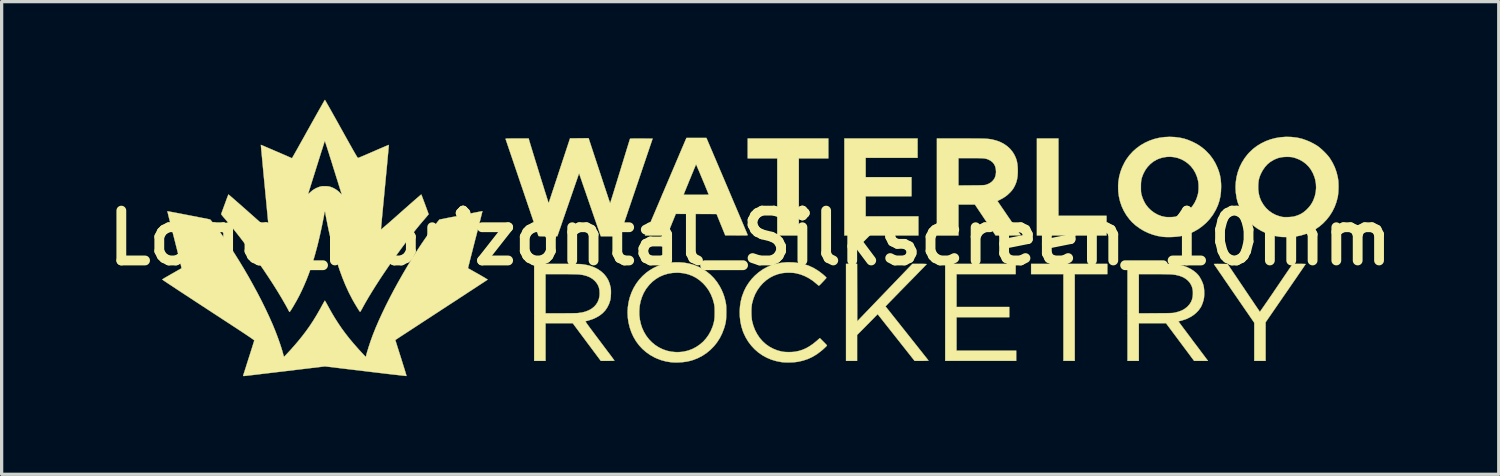
<source format=kicad_pcb>
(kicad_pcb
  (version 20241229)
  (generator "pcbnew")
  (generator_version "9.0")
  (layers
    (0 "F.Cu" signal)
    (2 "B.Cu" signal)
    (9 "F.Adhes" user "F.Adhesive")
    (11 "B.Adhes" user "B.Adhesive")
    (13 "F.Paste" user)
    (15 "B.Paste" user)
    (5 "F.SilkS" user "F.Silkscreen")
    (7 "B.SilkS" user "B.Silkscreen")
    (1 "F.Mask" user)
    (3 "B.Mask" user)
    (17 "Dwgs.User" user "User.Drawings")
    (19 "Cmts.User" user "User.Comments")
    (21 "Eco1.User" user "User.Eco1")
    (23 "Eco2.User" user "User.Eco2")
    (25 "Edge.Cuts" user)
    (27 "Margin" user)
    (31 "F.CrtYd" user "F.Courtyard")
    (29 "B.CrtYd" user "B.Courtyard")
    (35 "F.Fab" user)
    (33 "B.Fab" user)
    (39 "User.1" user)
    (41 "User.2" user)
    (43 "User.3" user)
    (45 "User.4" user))
  (footprint "Logo_Horizontal_Silkscreen_10mm"
    (layer "F.Cu")
    (at 19.892 4.226)
    (property "Reference" "Logo_Horizontal_Silkscreen_10mm" (at 0 0 0) (layer "F.SilkS") (effects (font (size 1.524 1.524) (thickness 0.3))))
    (attr through_hole)
    (fp_poly (pts (xy 9.427 -0.676) (xy 10.897 -0.676) (xy 10.897 -0.076) (xy 8.768 -0.076) (xy 8.768 -3.041) (xy 9.427 -3.041) (xy 9.427 -0.676)) (stroke (width 0.01) (type solid)) (fill yes) (layer "F.SilkS"))
    (fp_poly (pts (xy 2.39 -2.433) (xy 1.487 -2.433) (xy 1.487 -0.076) (xy 0.828 -0.076) (xy 0.828 -2.433) (xy -0.076 -2.433) (xy -0.076 -3.041) (xy 2.39 -3.041) (xy 2.39 -2.433)) (stroke (width 0.01) (type solid)) (fill yes) (layer "F.SilkS"))
    (fp_poly (pts (xy 10.922 1.107) (xy 9.925 1.107) (xy 9.925 3.759) (xy 9.579 3.759) (xy 9.579 1.107) (xy 8.591 1.107) (xy 8.591 0.794) (xy 10.922 0.794) (xy 10.922 1.107)) (stroke (width 0.01) (type solid)) (fill yes) (layer "F.SilkS"))
    (fp_poly (pts (xy 5.119 -2.45) (xy 3.531 -2.45) (xy 3.531 -1.858) (xy 4.933 -1.858) (xy 4.933 -1.275) (xy 3.531 -1.275) (xy 3.531 -0.659) (xy 5.144 -0.659) (xy 5.144 -0.076) (xy 2.88 -0.076) (xy 2.88 -3.041) (xy 5.119 -3.041) (xy 5.119 -2.45)) (stroke (width 0.01) (type solid)) (fill yes) (layer "F.SilkS"))
    (fp_poly (pts (xy 8.118 1.107) (xy 6.31 1.107) (xy 6.31 2.112) (xy 7.923 2.112) (xy 7.923 2.424) (xy 6.31 2.424) (xy 6.31 3.446) (xy 8.134 3.446) (xy 8.134 3.759) (xy 5.964 3.759) (xy 5.964 0.794) (xy 8.118 0.794) (xy 8.118 1.107)) (stroke (width 0.01) (type solid)) (fill yes) (layer "F.SilkS"))
    (fp_poly (pts (xy 3.273 2.55) (xy 4.961 0.794) (xy 5.18 0.794) (xy 5.245 0.794) (xy 5.3 0.795) (xy 5.345 0.796) (xy 5.376 0.798) (xy 5.393 0.8) (xy 5.396 0.802) (xy 5.39 0.809) (xy 5.373 0.827) (xy 5.345 0.856) (xy 5.309 0.894) (xy 5.263 0.941) (xy 5.21 0.995) (xy 5.15 1.057) (xy 5.084 1.125) (xy 5.012 1.198) (xy 4.937 1.275) (xy 4.857 1.356) (xy 4.831 1.383) (xy 4.749 1.466) (xy 4.669 1.548) (xy 4.592 1.626) (xy 4.52 1.701) (xy 4.452 1.77) (xy 4.391 1.833) (xy 4.336 1.889) (xy 4.289 1.937) (xy 4.251 1.976) (xy 4.223 2.005) (xy 4.206 2.023) (xy 4.204 2.025) (xy 4.138 2.094) (xy 4.792 2.917) (xy 4.874 3.02) (xy 4.953 3.12) (xy 5.029 3.215) (xy 5.101 3.306) (xy 5.167 3.39) (xy 5.229 3.467) (xy 5.284 3.537) (xy 5.332 3.598) (xy 5.374 3.65) (xy 5.407 3.692) (xy 5.431 3.723) (xy 5.447 3.743) (xy 5.452 3.75) (xy 5.448 3.753) (xy 5.433 3.755) (xy 5.404 3.757) (xy 5.361 3.758) (xy 5.303 3.759) (xy 5.243 3.759) (xy 5.028 3.759) (xy 4.463 3.045) (xy 3.898 2.331) (xy 3.584 2.65) (xy 3.269 2.968) (xy 3.269 3.759) (xy 2.931 3.759) (xy 2.931 0.794) (xy 3.269 0.794) (xy 3.273 2.55)) (stroke (width 0.01) (type solid)) (fill yes) (layer "F.SilkS"))
    (fp_poly (pts (xy 16.845 0.794) (xy 16.894 0.795) (xy 16.936 0.796) (xy 16.966 0.797) (xy 16.984 0.798) (xy 16.987 0.799) (xy 16.982 0.806) (xy 16.968 0.827) (xy 16.946 0.859) (xy 16.916 0.904) (xy 16.879 0.958) (xy 16.835 1.023) (xy 16.784 1.096) (xy 16.728 1.178) (xy 16.667 1.267) (xy 16.602 1.362) (xy 16.532 1.463) (xy 16.46 1.568) (xy 16.384 1.678) (xy 16.374 1.692) (xy 15.762 2.58) (xy 15.762 3.759) (xy 15.416 3.759) (xy 15.416 2.595) (xy 14.799 1.698) (xy 14.723 1.588) (xy 14.65 1.481) (xy 14.58 1.379) (xy 14.513 1.283) (xy 14.452 1.192) (xy 14.395 1.109) (xy 14.343 1.034) (xy 14.298 0.968) (xy 14.259 0.912) (xy 14.228 0.866) (xy 14.204 0.831) (xy 14.189 0.808) (xy 14.183 0.798) (xy 14.182 0.798) (xy 14.191 0.797) (xy 14.213 0.796) (xy 14.248 0.796) (xy 14.293 0.795) (xy 14.346 0.796) (xy 14.391 0.796) (xy 14.599 0.798) (xy 15.09 1.526) (xy 15.157 1.626) (xy 15.222 1.722) (xy 15.283 1.813) (xy 15.341 1.898) (xy 15.394 1.977) (xy 15.442 2.048) (xy 15.484 2.11) (xy 15.52 2.163) (xy 15.549 2.205) (xy 15.57 2.236) (xy 15.582 2.254) (xy 15.586 2.26) (xy 15.592 2.254) (xy 15.606 2.234) (xy 15.628 2.203) (xy 15.658 2.16) (xy 15.695 2.107) (xy 15.738 2.045) (xy 15.787 1.974) (xy 15.842 1.895) (xy 15.9 1.809) (xy 15.963 1.718) (xy 16.028 1.622) (xy 16.091 1.529) (xy 16.591 0.794) (xy 16.789 0.794) (xy 16.845 0.794)) (stroke (width 0.01) (type solid)) (fill yes) (layer "F.SilkS"))
    (fp_poly (pts (xy -5.787 0.794) (xy -5.663 0.794) (xy -5.551 0.795) (xy -5.451 0.796) (xy -5.363 0.797) (xy -5.29 0.798) (xy -5.23 0.799) (xy -5.186 0.801) (xy -5.158 0.803) (xy -5.154 0.803) (xy -5.012 0.825) (xy -4.881 0.859) (xy -4.761 0.904) (xy -4.653 0.959) (xy -4.557 1.026) (xy -4.473 1.102) (xy -4.402 1.189) (xy -4.344 1.285) (xy -4.301 1.39) (xy -4.271 1.505) (xy -4.265 1.537) (xy -4.26 1.587) (xy -4.258 1.647) (xy -4.259 1.713) (xy -4.263 1.779) (xy -4.268 1.84) (xy -4.277 1.891) (xy -4.281 1.911) (xy -4.319 2.023) (xy -4.37 2.125) (xy -4.433 2.217) (xy -4.51 2.299) (xy -4.6 2.37) (xy -4.704 2.432) (xy -4.821 2.484) (xy -4.952 2.527) (xy -5.028 2.546) (xy -5.032 2.547) (xy -5.034 2.55) (xy -5.035 2.554) (xy -5.033 2.561) (xy -5.027 2.571) (xy -5.018 2.586) (xy -5.005 2.606) (xy -4.987 2.632) (xy -4.963 2.665) (xy -4.933 2.706) (xy -4.897 2.756) (xy -4.853 2.814) (xy -4.801 2.884) (xy -4.741 2.964) (xy -4.672 3.056) (xy -4.606 3.144) (xy -4.539 3.233) (xy -4.476 3.317) (xy -4.416 3.397) (xy -4.36 3.472) (xy -4.309 3.539) (xy -4.264 3.599) (xy -4.226 3.65) (xy -4.195 3.692) (xy -4.172 3.722) (xy -4.158 3.742) (xy -4.153 3.748) (xy -4.154 3.751) (xy -4.162 3.754) (xy -4.18 3.756) (xy -4.208 3.758) (xy -4.249 3.758) (xy -4.303 3.759) (xy -4.357 3.759) (xy -4.568 3.759) (xy -4.997 3.185) (xy -5.425 2.61) (xy -6.259 2.61) (xy -6.259 3.759) (xy -6.606 3.759) (xy -6.606 1.107) (xy -6.259 1.107) (xy -6.259 2.306) (xy -5.805 2.306) (xy -5.716 2.306) (xy -5.629 2.305) (xy -5.546 2.305) (xy -5.47 2.304) (xy -5.402 2.302) (xy -5.344 2.301) (xy -5.299 2.3) (xy -5.268 2.298) (xy -5.261 2.297) (xy -5.14 2.28) (xy -5.03 2.251) (xy -4.931 2.211) (xy -4.845 2.162) (xy -4.771 2.102) (xy -4.71 2.033) (xy -4.662 1.955) (xy -4.628 1.869) (xy -4.608 1.775) (xy -4.604 1.694) (xy -4.609 1.599) (xy -4.627 1.515) (xy -4.659 1.438) (xy -4.704 1.368) (xy -4.756 1.309) (xy -4.827 1.249) (xy -4.911 1.199) (xy -5.007 1.161) (xy -5.115 1.133) (xy -5.237 1.116) (xy -5.251 1.115) (xy -5.281 1.114) (xy -5.325 1.112) (xy -5.382 1.111) (xy -5.449 1.109) (xy -5.526 1.108) (xy -5.608 1.107) (xy -5.695 1.107) (xy -5.785 1.107) (xy -5.809 1.107) (xy -6.259 1.107) (xy -6.606 1.107) (xy -6.606 0.794) (xy -5.921 0.794) (xy -5.787 0.794)) (stroke (width 0.01) (type solid)) (fill yes) (layer "F.SilkS"))
    (fp_poly (pts (xy 6.573 -3.041) (xy 6.696 -3.041) (xy 6.803 -3.04) (xy 6.898 -3.04) (xy 6.98 -3.039) (xy 7.051 -3.038) (xy 7.113 -3.037) (xy 7.167 -3.035) (xy 7.213 -3.033) (xy 7.253 -3.03) (xy 7.289 -3.027) (xy 7.321 -3.023) (xy 7.35 -3.019) (xy 7.379 -3.014) (xy 7.407 -3.008) (xy 7.414 -3.007) (xy 7.542 -2.973) (xy 7.661 -2.927) (xy 7.769 -2.869) (xy 7.867 -2.799) (xy 7.953 -2.719) (xy 8.026 -2.629) (xy 8.075 -2.549) (xy 8.11 -2.477) (xy 8.138 -2.406) (xy 8.158 -2.333) (xy 8.172 -2.254) (xy 8.18 -2.165) (xy 8.183 -2.105) (xy 8.183 -1.989) (xy 8.176 -1.885) (xy 8.161 -1.791) (xy 8.138 -1.705) (xy 8.106 -1.623) (xy 8.092 -1.595) (xy 8.066 -1.544) (xy 8.039 -1.501) (xy 8.01 -1.461) (xy 7.974 -1.419) (xy 7.948 -1.391) (xy 7.858 -1.306) (xy 7.758 -1.234) (xy 7.656 -1.177) (xy 7.561 -1.13) (xy 7.596 -1.078) (xy 7.607 -1.062) (xy 7.626 -1.034) (xy 7.653 -0.994) (xy 7.687 -0.944) (xy 7.727 -0.886) (xy 7.772 -0.82) (xy 7.821 -0.748) (xy 7.873 -0.671) (xy 7.928 -0.592) (xy 7.949 -0.562) (xy 8.003 -0.482) (xy 8.054 -0.407) (xy 8.102 -0.337) (xy 8.146 -0.273) (xy 8.185 -0.216) (xy 8.217 -0.168) (xy 8.243 -0.13) (xy 8.261 -0.104) (xy 8.271 -0.089) (xy 8.273 -0.087) (xy 8.271 -0.084) (xy 8.262 -0.082) (xy 8.245 -0.08) (xy 8.218 -0.079) (xy 8.18 -0.078) (xy 8.129 -0.077) (xy 8.066 -0.077) (xy 7.988 -0.076) (xy 7.894 -0.076) (xy 7.892 -0.076) (xy 7.505 -0.077) (xy 7.189 -0.549) (xy 6.872 -1.022) (xy 6.369 -1.022) (xy 6.369 -0.076) (xy 5.71 -0.076) (xy 5.71 -2.441) (xy 6.369 -2.441) (xy 6.369 -1.604) (xy 6.764 -1.607) (xy 6.858 -1.608) (xy 6.937 -1.609) (xy 7.002 -1.609) (xy 7.055 -1.611) (xy 7.098 -1.612) (xy 7.131 -1.614) (xy 7.158 -1.616) (xy 7.178 -1.618) (xy 7.194 -1.621) (xy 7.208 -1.624) (xy 7.208 -1.624) (xy 7.288 -1.654) (xy 7.354 -1.692) (xy 7.393 -1.723) (xy 7.445 -1.78) (xy 7.483 -1.844) (xy 7.506 -1.915) (xy 7.517 -1.997) (xy 7.518 -2.027) (xy 7.511 -2.114) (xy 7.491 -2.191) (xy 7.458 -2.257) (xy 7.412 -2.314) (xy 7.351 -2.361) (xy 7.304 -2.387) (xy 7.278 -2.399) (xy 7.252 -2.409) (xy 7.227 -2.417) (xy 7.198 -2.424) (xy 7.166 -2.43) (xy 7.128 -2.434) (xy 7.083 -2.437) (xy 7.029 -2.439) (xy 6.963 -2.44) (xy 6.885 -2.441) (xy 6.793 -2.441) (xy 6.74 -2.441) (xy 6.369 -2.441) (xy 5.71 -2.441) (xy 5.71 -3.041) (xy 6.436 -3.041) (xy 6.573 -3.041)) (stroke (width 0.01) (type solid)) (fill yes) (layer "F.SilkS"))
    (fp_poly (pts (xy 12.356 0.794) (xy 12.474 0.794) (xy 12.577 0.795) (xy 12.667 0.795) (xy 12.746 0.796) (xy 12.813 0.797) (xy 12.871 0.799) (xy 12.921 0.8) (xy 12.965 0.803) (xy 13.002 0.806) (xy 13.035 0.809) (xy 13.065 0.813) (xy 13.094 0.817) (xy 13.121 0.822) (xy 13.135 0.825) (xy 13.249 0.854) (xy 13.358 0.894) (xy 13.461 0.944) (xy 13.554 1.002) (xy 13.636 1.067) (xy 13.702 1.135) (xy 13.74 1.187) (xy 13.777 1.25) (xy 13.812 1.319) (xy 13.841 1.387) (xy 13.861 1.449) (xy 13.862 1.453) (xy 13.874 1.514) (xy 13.882 1.586) (xy 13.885 1.664) (xy 13.885 1.74) (xy 13.88 1.811) (xy 13.875 1.849) (xy 13.859 1.919) (xy 13.836 1.991) (xy 13.809 2.06) (xy 13.78 2.119) (xy 13.776 2.125) (xy 13.713 2.214) (xy 13.635 2.295) (xy 13.545 2.368) (xy 13.442 2.43) (xy 13.33 2.483) (xy 13.208 2.523) (xy 13.166 2.534) (xy 13.135 2.542) (xy 13.111 2.548) (xy 13.098 2.552) (xy 13.097 2.553) (xy 13.101 2.56) (xy 13.115 2.579) (xy 13.138 2.61) (xy 13.169 2.652) (xy 13.207 2.703) (xy 13.251 2.763) (xy 13.302 2.83) (xy 13.357 2.904) (xy 13.417 2.983) (xy 13.48 3.068) (xy 13.529 3.134) (xy 13.595 3.222) (xy 13.659 3.306) (xy 13.719 3.385) (xy 13.774 3.46) (xy 13.825 3.527) (xy 13.87 3.587) (xy 13.908 3.638) (xy 13.94 3.68) (xy 13.963 3.711) (xy 13.977 3.73) (xy 13.981 3.736) (xy 13.998 3.759) (xy 13.576 3.759) (xy 12.718 2.61) (xy 11.885 2.61) (xy 11.885 3.759) (xy 11.539 3.759) (xy 11.539 1.107) (xy 11.885 1.107) (xy 11.885 2.307) (xy 12.402 2.304) (xy 12.509 2.303) (xy 12.6 2.302) (xy 12.678 2.302) (xy 12.743 2.301) (xy 12.797 2.3) (xy 12.841 2.299) (xy 12.877 2.297) (xy 12.907 2.296) (xy 12.931 2.294) (xy 12.951 2.291) (xy 12.97 2.288) (xy 12.987 2.285) (xy 13.004 2.281) (xy 13.111 2.252) (xy 13.204 2.216) (xy 13.285 2.17) (xy 13.356 2.116) (xy 13.379 2.094) (xy 13.439 2.026) (xy 13.484 1.954) (xy 13.514 1.877) (xy 13.533 1.791) (xy 13.538 1.723) (xy 13.538 1.639) (xy 13.529 1.566) (xy 13.511 1.499) (xy 13.486 1.44) (xy 13.439 1.363) (xy 13.378 1.296) (xy 13.304 1.239) (xy 13.218 1.192) (xy 13.119 1.156) (xy 13.008 1.13) (xy 12.893 1.115) (xy 12.863 1.114) (xy 12.819 1.112) (xy 12.762 1.111) (xy 12.695 1.109) (xy 12.618 1.108) (xy 12.536 1.107) (xy 12.449 1.107) (xy 12.359 1.107) (xy 12.336 1.107) (xy 11.885 1.107) (xy 11.539 1.107) (xy 11.539 0.794) (xy 12.223 0.794) (xy 12.356 0.794)) (stroke (width 0.01) (type solid)) (fill yes) (layer "F.SilkS"))
    (fp_poly (pts (xy -0.71 -1.582) (xy -0.646 -1.431) (xy -0.584 -1.285) (xy -0.524 -1.143) (xy -0.466 -1.007) (xy -0.411 -0.878) (xy -0.359 -0.755) (xy -0.31 -0.641) (xy -0.265 -0.535) (xy -0.224 -0.438) (xy -0.188 -0.352) (xy -0.156 -0.276) (xy -0.129 -0.213) (xy -0.107 -0.162) (xy -0.092 -0.124) (xy -0.082 -0.1) (xy -0.078 -0.091) (xy -0.078 -0.087) (xy -0.08 -0.084) (xy -0.087 -0.082) (xy -0.1 -0.08) (xy -0.119 -0.079) (xy -0.148 -0.078) (xy -0.187 -0.077) (xy -0.237 -0.077) (xy -0.301 -0.077) (xy -0.379 -0.078) (xy -0.419 -0.078) (xy -0.763 -0.08) (xy -1.028 -0.731) (xy -1.652 -0.733) (xy -2.276 -0.735) (xy -2.364 -0.517) (xy -2.391 -0.453) (xy -2.417 -0.387) (xy -2.443 -0.323) (xy -2.467 -0.265) (xy -2.487 -0.217) (xy -2.498 -0.188) (xy -2.544 -0.076) (xy -3.218 -0.076) (xy -3.21 -0.095) (xy -3.206 -0.105) (xy -3.196 -0.129) (xy -3.18 -0.166) (xy -3.159 -0.217) (xy -3.132 -0.279) (xy -3.101 -0.352) (xy -3.066 -0.435) (xy -3.027 -0.527) (xy -2.985 -0.626) (xy -2.939 -0.733) (xy -2.891 -0.846) (xy -2.841 -0.964) (xy -2.789 -1.086) (xy -2.736 -1.211) (xy -2.689 -1.323) (xy -2.036 -1.323) (xy -2.028 -1.322) (xy -2.004 -1.321) (xy -1.967 -1.32) (xy -1.918 -1.319) (xy -1.859 -1.319) (xy -1.792 -1.318) (xy -1.718 -1.318) (xy -1.651 -1.318) (xy -1.572 -1.318) (xy -1.499 -1.318) (xy -1.433 -1.319) (xy -1.376 -1.32) (xy -1.329 -1.321) (xy -1.295 -1.322) (xy -1.274 -1.324) (xy -1.268 -1.325) (xy -1.284 -1.366) (xy -1.305 -1.416) (xy -1.329 -1.475) (xy -1.355 -1.54) (xy -1.384 -1.61) (xy -1.414 -1.683) (xy -1.446 -1.758) (xy -1.477 -1.833) (xy -1.508 -1.907) (xy -1.537 -1.977) (xy -1.565 -2.043) (xy -1.591 -2.102) (xy -1.613 -2.154) (xy -1.631 -2.196) (xy -1.645 -2.227) (xy -1.653 -2.245) (xy -1.656 -2.249) (xy -1.66 -2.241) (xy -1.67 -2.218) (xy -1.684 -2.183) (xy -1.703 -2.138) (xy -1.726 -2.083) (xy -1.751 -2.021) (xy -1.779 -1.954) (xy -1.808 -1.883) (xy -1.838 -1.81) (xy -1.869 -1.736) (xy -1.898 -1.663) (xy -1.927 -1.593) (xy -1.954 -1.528) (xy -1.978 -1.468) (xy -1.999 -1.417) (xy -2.015 -1.375) (xy -2.028 -1.344) (xy -2.034 -1.326) (xy -2.036 -1.323) (xy -2.689 -1.323) (xy -2.682 -1.339) (xy -2.627 -1.468) (xy -2.572 -1.597) (xy -2.517 -1.726) (xy -2.463 -1.853) (xy -2.41 -1.978) (xy -2.358 -2.099) (xy -2.308 -2.216) (xy -2.261 -2.328) (xy -2.216 -2.433) (xy -2.174 -2.532) (xy -2.136 -2.622) (xy -2.101 -2.703) (xy -2.071 -2.774) (xy -2.045 -2.833) (xy -2.025 -2.881) (xy -2.01 -2.917) (xy -2.005 -2.929) (xy -1.949 -3.058) (xy -1.339 -3.058) (xy -0.71 -1.582)) (stroke (width 0.01) (type solid)) (fill yes) (layer "F.SilkS"))
    (fp_poly (pts (xy 1.297 0.747) (xy 1.363 0.752) (xy 1.521 0.774) (xy 1.67 0.809) (xy 1.811 0.859) (xy 1.946 0.923) (xy 2.077 1.003) (xy 2.188 1.085) (xy 2.231 1.12) (xy 2.269 1.153) (xy 2.299 1.181) (xy 2.32 1.202) (xy 2.331 1.216) (xy 2.331 1.218) (xy 2.326 1.227) (xy 2.311 1.245) (xy 2.288 1.27) (xy 2.26 1.301) (xy 2.229 1.334) (xy 2.197 1.368) (xy 2.167 1.399) (xy 2.14 1.427) (xy 2.118 1.447) (xy 2.105 1.459) (xy 2.102 1.461) (xy 2.092 1.456) (xy 2.074 1.442) (xy 2.049 1.421) (xy 2.032 1.406) (xy 1.916 1.311) (xy 1.792 1.23) (xy 1.663 1.164) (xy 1.529 1.113) (xy 1.391 1.079) (xy 1.377 1.076) (xy 1.32 1.069) (xy 1.252 1.065) (xy 1.178 1.063) (xy 1.104 1.065) (xy 1.035 1.07) (xy 0.98 1.077) (xy 0.847 1.108) (xy 0.723 1.154) (xy 0.606 1.214) (xy 0.495 1.29) (xy 0.391 1.382) (xy 0.388 1.385) (xy 0.295 1.489) (xy 0.216 1.602) (xy 0.15 1.723) (xy 0.098 1.855) (xy 0.059 1.997) (xy 0.053 2.023) (xy 0.046 2.076) (xy 0.04 2.141) (xy 0.037 2.214) (xy 0.037 2.291) (xy 0.039 2.367) (xy 0.044 2.439) (xy 0.051 2.501) (xy 0.057 2.539) (xy 0.096 2.684) (xy 0.148 2.818) (xy 0.213 2.942) (xy 0.289 3.056) (xy 0.377 3.157) (xy 0.475 3.247) (xy 0.584 3.324) (xy 0.702 3.388) (xy 0.829 3.439) (xy 0.965 3.475) (xy 0.977 3.477) (xy 1.034 3.485) (xy 1.103 3.49) (xy 1.178 3.491) (xy 1.254 3.49) (xy 1.327 3.485) (xy 1.39 3.477) (xy 1.501 3.453) (xy 1.607 3.418) (xy 1.712 3.372) (xy 1.815 3.313) (xy 1.92 3.241) (xy 2.028 3.154) (xy 2.064 3.122) (xy 2.13 3.064) (xy 2.239 3.173) (xy 2.274 3.208) (xy 2.304 3.239) (xy 2.328 3.264) (xy 2.343 3.282) (xy 2.348 3.289) (xy 2.342 3.298) (xy 2.326 3.316) (xy 2.301 3.34) (xy 2.271 3.369) (xy 2.237 3.4) (xy 2.202 3.431) (xy 2.168 3.459) (xy 2.166 3.461) (xy 2.037 3.558) (xy 1.902 3.639) (xy 1.76 3.704) (xy 1.612 3.753) (xy 1.459 3.787) (xy 1.386 3.797) (xy 1.311 3.804) (xy 1.228 3.807) (xy 1.142 3.808) (xy 1.06 3.806) (xy 0.986 3.801) (xy 0.955 3.797) (xy 0.799 3.767) (xy 0.65 3.723) (xy 0.508 3.663) (xy 0.375 3.59) (xy 0.251 3.504) (xy 0.136 3.404) (xy 0.033 3.293) (xy -0.06 3.171) (xy -0.14 3.038) (xy -0.207 2.895) (xy -0.223 2.853) (xy -0.268 2.711) (xy -0.299 2.561) (xy -0.317 2.407) (xy -0.321 2.251) (xy -0.312 2.096) (xy -0.289 1.945) (xy -0.253 1.801) (xy -0.244 1.774) (xy -0.189 1.629) (xy -0.123 1.495) (xy -0.044 1.372) (xy 0.047 1.255) (xy 0.145 1.152) (xy 0.263 1.05) (xy 0.389 0.961) (xy 0.523 0.888) (xy 0.665 0.829) (xy 0.813 0.786) (xy 0.969 0.758) (xy 1.13 0.744) (xy 1.297 0.747)) (stroke (width 0.01) (type solid)) (fill yes) (layer "F.SilkS"))
    (fp_poly (pts (xy 12.988 -3.084) (xy 13.152 -3.062) (xy 13.177 -3.057) (xy 13.287 -3.031) (xy 13.395 -2.995) (xy 13.505 -2.949) (xy 13.57 -2.918) (xy 13.671 -2.865) (xy 13.76 -2.808) (xy 13.844 -2.745) (xy 13.928 -2.672) (xy 13.948 -2.653) (xy 14.055 -2.54) (xy 14.146 -2.419) (xy 14.223 -2.291) (xy 14.228 -2.281) (xy 14.287 -2.155) (xy 14.333 -2.034) (xy 14.367 -1.913) (xy 14.389 -1.789) (xy 14.4 -1.659) (xy 14.402 -1.562) (xy 14.396 -1.409) (xy 14.378 -1.266) (xy 14.347 -1.131) (xy 14.303 -1) (xy 14.245 -0.871) (xy 14.231 -0.845) (xy 14.15 -0.708) (xy 14.055 -0.581) (xy 13.948 -0.466) (xy 13.83 -0.362) (xy 13.703 -0.27) (xy 13.566 -0.192) (xy 13.421 -0.128) (xy 13.269 -0.079) (xy 13.224 -0.067) (xy 13.137 -0.05) (xy 13.039 -0.038) (xy 12.934 -0.03) (xy 12.827 -0.026) (xy 12.723 -0.027) (xy 12.626 -0.033) (xy 12.607 -0.035) (xy 12.461 -0.06) (xy 12.315 -0.099) (xy 12.173 -0.152) (xy 12.037 -0.217) (xy 11.908 -0.295) (xy 11.788 -0.383) (xy 11.68 -0.48) (xy 11.603 -0.565) (xy 11.507 -0.693) (xy 11.426 -0.829) (xy 11.36 -0.971) (xy 11.31 -1.12) (xy 11.275 -1.274) (xy 11.256 -1.432) (xy 11.253 -1.563) (xy 11.949 -1.563) (xy 11.949 -1.503) (xy 11.95 -1.457) (xy 11.951 -1.42) (xy 11.954 -1.391) (xy 11.958 -1.365) (xy 11.963 -1.339) (xy 11.971 -1.31) (xy 11.972 -1.305) (xy 11.997 -1.228) (xy 12.03 -1.148) (xy 12.069 -1.071) (xy 12.104 -1.014) (xy 12.177 -0.922) (xy 12.262 -0.84) (xy 12.357 -0.77) (xy 12.46 -0.712) (xy 12.57 -0.669) (xy 12.665 -0.646) (xy 12.712 -0.639) (xy 12.77 -0.636) (xy 12.834 -0.636) (xy 12.9 -0.638) (xy 12.963 -0.643) (xy 13.017 -0.65) (xy 13.052 -0.657) (xy 13.168 -0.697) (xy 13.275 -0.75) (xy 13.372 -0.816) (xy 13.459 -0.895) (xy 13.534 -0.986) (xy 13.598 -1.087) (xy 13.65 -1.199) (xy 13.688 -1.32) (xy 13.697 -1.36) (xy 13.706 -1.418) (xy 13.712 -1.487) (xy 13.713 -1.561) (xy 13.711 -1.634) (xy 13.705 -1.702) (xy 13.697 -1.749) (xy 13.663 -1.873) (xy 13.615 -1.988) (xy 13.554 -2.093) (xy 13.481 -2.187) (xy 13.396 -2.27) (xy 13.3 -2.341) (xy 13.194 -2.4) (xy 13.079 -2.444) (xy 12.968 -2.47) (xy 12.853 -2.482) (xy 12.737 -2.478) (xy 12.622 -2.46) (xy 12.512 -2.428) (xy 12.424 -2.39) (xy 12.325 -2.331) (xy 12.234 -2.257) (xy 12.153 -2.172) (xy 12.084 -2.076) (xy 12.028 -1.972) (xy 12.014 -1.939) (xy 11.993 -1.885) (xy 11.977 -1.839) (xy 11.966 -1.796) (xy 11.958 -1.754) (xy 11.953 -1.708) (xy 11.95 -1.654) (xy 11.949 -1.588) (xy 11.949 -1.563) (xy 11.253 -1.563) (xy 11.252 -1.595) (xy 11.26 -1.716) (xy 11.284 -1.872) (xy 11.325 -2.025) (xy 11.381 -2.173) (xy 11.452 -2.315) (xy 11.501 -2.397) (xy 11.593 -2.523) (xy 11.697 -2.638) (xy 11.811 -2.74) (xy 11.935 -2.831) (xy 12.067 -2.908) (xy 12.208 -2.973) (xy 12.354 -3.024) (xy 12.507 -3.061) (xy 12.664 -3.083) (xy 12.824 -3.091) (xy 12.988 -3.084)) (stroke (width 0.01) (type solid)) (fill yes) (layer "F.SilkS"))
    (fp_poly (pts (xy 16.547 -3.087) (xy 16.71 -3.068) (xy 16.769 -3.057) (xy 16.89 -3.027) (xy 17.015 -2.983) (xy 17.14 -2.93) (xy 17.258 -2.867) (xy 17.348 -2.812) (xy 17.402 -2.772) (xy 17.461 -2.722) (xy 17.522 -2.666) (xy 17.583 -2.606) (xy 17.639 -2.546) (xy 17.688 -2.489) (xy 17.726 -2.439) (xy 17.727 -2.437) (xy 17.811 -2.299) (xy 17.879 -2.157) (xy 17.931 -2.011) (xy 17.968 -1.859) (xy 17.98 -1.789) (xy 17.987 -1.727) (xy 17.99 -1.654) (xy 17.992 -1.574) (xy 17.99 -1.491) (xy 17.986 -1.41) (xy 17.98 -1.335) (xy 17.971 -1.271) (xy 17.967 -1.25) (xy 17.927 -1.095) (xy 17.872 -0.947) (xy 17.803 -0.808) (xy 17.721 -0.678) (xy 17.626 -0.557) (xy 17.52 -0.446) (xy 17.404 -0.347) (xy 17.277 -0.26) (xy 17.142 -0.185) (xy 16.998 -0.124) (xy 16.847 -0.077) (xy 16.689 -0.044) (xy 16.65 -0.039) (xy 16.593 -0.033) (xy 16.524 -0.029) (xy 16.45 -0.027) (xy 16.374 -0.027) (xy 16.302 -0.028) (xy 16.238 -0.031) (xy 16.204 -0.035) (xy 16.053 -0.06) (xy 15.905 -0.1) (xy 15.761 -0.153) (xy 15.623 -0.22) (xy 15.494 -0.298) (xy 15.374 -0.387) (xy 15.266 -0.486) (xy 15.197 -0.562) (xy 15.1 -0.69) (xy 15.019 -0.825) (xy 14.953 -0.966) (xy 14.902 -1.111) (xy 14.876 -1.221) (xy 14.851 -1.384) (xy 14.843 -1.547) (xy 14.846 -1.604) (xy 15.536 -1.604) (xy 15.537 -1.48) (xy 15.551 -1.366) (xy 15.576 -1.259) (xy 15.615 -1.157) (xy 15.638 -1.111) (xy 15.702 -1.005) (xy 15.778 -0.911) (xy 15.866 -0.829) (xy 15.963 -0.76) (xy 16.07 -0.704) (xy 16.186 -0.663) (xy 16.277 -0.641) (xy 16.313 -0.637) (xy 16.362 -0.636) (xy 16.418 -0.636) (xy 16.477 -0.638) (xy 16.535 -0.642) (xy 16.587 -0.648) (xy 16.63 -0.655) (xy 16.643 -0.658) (xy 16.742 -0.689) (xy 16.83 -0.728) (xy 16.91 -0.776) (xy 16.985 -0.836) (xy 17.026 -0.874) (xy 17.092 -0.945) (xy 17.146 -1.015) (xy 17.19 -1.087) (xy 17.225 -1.159) (xy 17.269 -1.281) (xy 17.296 -1.406) (xy 17.307 -1.533) (xy 17.301 -1.66) (xy 17.278 -1.787) (xy 17.258 -1.859) (xy 17.211 -1.976) (xy 17.152 -2.083) (xy 17.081 -2.179) (xy 16.997 -2.263) (xy 16.902 -2.335) (xy 16.796 -2.395) (xy 16.68 -2.441) (xy 16.619 -2.459) (xy 16.584 -2.467) (xy 16.55 -2.473) (xy 16.514 -2.476) (xy 16.471 -2.478) (xy 16.417 -2.479) (xy 16.325 -2.476) (xy 16.244 -2.467) (xy 16.17 -2.451) (xy 16.098 -2.427) (xy 16.022 -2.393) (xy 16.007 -2.385) (xy 15.908 -2.326) (xy 15.82 -2.254) (xy 15.742 -2.168) (xy 15.674 -2.069) (xy 15.635 -1.998) (xy 15.598 -1.919) (xy 15.572 -1.846) (xy 15.553 -1.772) (xy 15.542 -1.693) (xy 15.536 -1.604) (xy 14.846 -1.604) (xy 14.851 -1.707) (xy 14.874 -1.863) (xy 14.913 -2.015) (xy 14.967 -2.162) (xy 15.036 -2.303) (xy 15.12 -2.437) (xy 15.218 -2.563) (xy 15.264 -2.613) (xy 15.375 -2.719) (xy 15.497 -2.812) (xy 15.629 -2.892) (xy 15.769 -2.96) (xy 15.915 -3.014) (xy 16.068 -3.054) (xy 16.225 -3.079) (xy 16.385 -3.091) (xy 16.547 -3.087)) (stroke (width 0.01) (type solid)) (fill yes) (layer "F.SilkS"))
    (fp_poly (pts (xy -2.175 0.746) (xy -2.012 0.759) (xy -1.858 0.787) (xy -1.712 0.829) (xy -1.573 0.886) (xy -1.471 0.939) (xy -1.339 1.024) (xy -1.219 1.121) (xy -1.111 1.229) (xy -1.015 1.349) (xy -0.931 1.481) (xy -0.878 1.582) (xy -0.835 1.68) (xy -0.8 1.775) (xy -0.771 1.876) (xy -0.754 1.951) (xy -0.747 1.986) (xy -0.741 2.016) (xy -0.737 2.044) (xy -0.735 2.075) (xy -0.733 2.111) (xy -0.732 2.154) (xy -0.731 2.209) (xy -0.731 2.268) (xy -0.732 2.355) (xy -0.734 2.429) (xy -0.738 2.493) (xy -0.745 2.552) (xy -0.756 2.609) (xy -0.77 2.667) (xy -0.789 2.732) (xy -0.803 2.776) (xy -0.86 2.924) (xy -0.93 3.064) (xy -1.014 3.194) (xy -1.11 3.314) (xy -1.217 3.422) (xy -1.335 3.52) (xy -1.462 3.604) (xy -1.598 3.675) (xy -1.742 3.732) (xy -1.85 3.763) (xy -1.951 3.784) (xy -2.063 3.799) (xy -2.18 3.807) (xy -2.295 3.809) (xy -2.405 3.803) (xy -2.433 3.8) (xy -2.583 3.775) (xy -2.73 3.735) (xy -2.875 3.678) (xy -2.927 3.654) (xy -3.062 3.578) (xy -3.186 3.49) (xy -3.3 3.39) (xy -3.402 3.279) (xy -3.492 3.157) (xy -3.57 3.025) (xy -3.634 2.884) (xy -3.685 2.736) (xy -3.722 2.58) (xy -3.742 2.442) (xy -3.75 2.282) (xy -3.747 2.219) (xy -3.392 2.219) (xy -3.391 2.36) (xy -3.374 2.5) (xy -3.343 2.637) (xy -3.307 2.747) (xy -3.249 2.875) (xy -3.178 2.993) (xy -3.096 3.1) (xy -3.003 3.195) (xy -2.901 3.279) (xy -2.789 3.35) (xy -2.671 3.407) (xy -2.546 3.451) (xy -2.415 3.479) (xy -2.28 3.492) (xy -2.19 3.492) (xy -2.143 3.489) (xy -2.093 3.485) (xy -2.048 3.479) (xy -2.028 3.476) (xy -1.896 3.445) (xy -1.771 3.398) (xy -1.653 3.337) (xy -1.543 3.262) (xy -1.442 3.176) (xy -1.352 3.077) (xy -1.273 2.968) (xy -1.206 2.848) (xy -1.152 2.72) (xy -1.145 2.7) (xy -1.126 2.637) (xy -1.111 2.58) (xy -1.1 2.526) (xy -1.092 2.469) (xy -1.088 2.406) (xy -1.086 2.333) (xy -1.086 2.281) (xy -1.086 2.216) (xy -1.087 2.165) (xy -1.089 2.124) (xy -1.092 2.09) (xy -1.096 2.059) (xy -1.102 2.028) (xy -1.105 2.013) (xy -1.144 1.87) (xy -1.197 1.736) (xy -1.263 1.612) (xy -1.344 1.497) (xy -1.436 1.393) (xy -1.54 1.3) (xy -1.651 1.222) (xy -1.77 1.16) (xy -1.895 1.113) (xy -2.027 1.081) (xy -2.166 1.065) (xy -2.238 1.063) (xy -2.38 1.071) (xy -2.516 1.094) (xy -2.646 1.133) (xy -2.768 1.186) (xy -2.883 1.255) (xy -2.989 1.337) (xy -3.086 1.434) (xy -3.173 1.544) (xy -3.19 1.568) (xy -3.258 1.685) (xy -3.312 1.811) (xy -3.353 1.943) (xy -3.38 2.079) (xy -3.392 2.219) (xy -3.747 2.219) (xy -3.742 2.124) (xy -3.719 1.968) (xy -3.682 1.817) (xy -3.63 1.671) (xy -3.565 1.532) (xy -3.486 1.4) (xy -3.395 1.278) (xy -3.291 1.165) (xy -3.176 1.063) (xy -3.084 0.996) (xy -2.95 0.916) (xy -2.809 0.851) (xy -2.661 0.801) (xy -2.507 0.767) (xy -2.349 0.748) (xy -2.186 0.746) (xy -2.175 0.746)) (stroke (width 0.01) (type solid)) (fill yes) (layer "F.SilkS"))
    (fp_poly (pts (xy -4.701 -2.317) (xy -4.646 -2.151) (xy -4.596 -2) (xy -4.551 -1.864) (xy -4.511 -1.741) (xy -4.475 -1.632) (xy -4.443 -1.535) (xy -4.414 -1.45) (xy -4.39 -1.375) (xy -4.368 -1.311) (xy -4.35 -1.256) (xy -4.335 -1.21) (xy -4.322 -1.172) (xy -4.311 -1.141) (xy -4.303 -1.116) (xy -4.296 -1.098) (xy -4.291 -1.084) (xy -4.288 -1.075) (xy -4.285 -1.069) (xy -4.284 -1.065) (xy -4.283 -1.064) (xy -4.282 -1.064) (xy -4.279 -1.072) (xy -4.272 -1.095) (xy -4.26 -1.133) (xy -4.244 -1.183) (xy -4.224 -1.246) (xy -4.201 -1.32) (xy -4.175 -1.404) (xy -4.146 -1.498) (xy -4.115 -1.6) (xy -4.081 -1.709) (xy -4.046 -1.824) (xy -4.009 -1.945) (xy -3.978 -2.045) (xy -3.94 -2.169) (xy -3.903 -2.29) (xy -3.868 -2.404) (xy -3.835 -2.512) (xy -3.804 -2.613) (xy -3.776 -2.706) (xy -3.75 -2.789) (xy -3.728 -2.861) (xy -3.709 -2.922) (xy -3.694 -2.971) (xy -3.683 -3.006) (xy -3.676 -3.027) (xy -3.674 -3.033) (xy -3.664 -3.035) (xy -3.639 -3.037) (xy -3.599 -3.038) (xy -3.546 -3.039) (xy -3.481 -3.039) (xy -3.405 -3.039) (xy -3.326 -3.039) (xy -2.984 -3.037) (xy -3.46 -1.63) (xy -3.511 -1.48) (xy -3.561 -1.333) (xy -3.609 -1.191) (xy -3.655 -1.054) (xy -3.7 -0.923) (xy -3.742 -0.799) (xy -3.781 -0.682) (xy -3.818 -0.575) (xy -3.851 -0.477) (xy -3.881 -0.39) (xy -3.907 -0.314) (xy -3.928 -0.25) (xy -3.946 -0.199) (xy -3.958 -0.163) (xy -3.966 -0.141) (xy -3.967 -0.137) (xy -3.997 -0.051) (xy -4.568 -0.051) (xy -4.581 -0.087) (xy -4.589 -0.109) (xy -4.601 -0.146) (xy -4.618 -0.195) (xy -4.639 -0.256) (xy -4.664 -0.327) (xy -4.691 -0.406) (xy -4.721 -0.494) (xy -4.754 -0.587) (xy -4.788 -0.686) (xy -4.823 -0.788) (xy -4.859 -0.893) (xy -4.896 -0.999) (xy -4.933 -1.106) (xy -4.969 -1.211) (xy -5.004 -1.313) (xy -5.038 -1.412) (xy -5.071 -1.506) (xy -5.101 -1.593) (xy -5.129 -1.673) (xy -5.153 -1.745) (xy -5.174 -1.806) (xy -5.192 -1.856) (xy -5.204 -1.893) (xy -5.213 -1.917) (xy -5.215 -1.924) (xy -5.233 -1.977) (xy -5.515 -1.16) (xy -5.555 -1.043) (xy -5.595 -0.929) (xy -5.633 -0.818) (xy -5.67 -0.711) (xy -5.705 -0.611) (xy -5.737 -0.518) (xy -5.766 -0.434) (xy -5.791 -0.359) (xy -5.813 -0.296) (xy -5.831 -0.246) (xy -5.843 -0.209) (xy -5.848 -0.196) (xy -5.898 -0.051) (xy -6.185 -0.051) (xy -6.266 -0.051) (xy -6.331 -0.051) (xy -6.383 -0.052) (xy -6.421 -0.053) (xy -6.448 -0.055) (xy -6.465 -0.057) (xy -6.474 -0.06) (xy -6.475 -0.061) (xy -6.478 -0.07) (xy -6.486 -0.094) (xy -6.499 -0.133) (xy -6.517 -0.185) (xy -6.539 -0.25) (xy -6.565 -0.327) (xy -6.595 -0.415) (xy -6.628 -0.514) (xy -6.665 -0.622) (xy -6.705 -0.739) (xy -6.747 -0.865) (xy -6.792 -0.997) (xy -6.839 -1.136) (xy -6.888 -1.28) (xy -6.938 -1.429) (xy -6.977 -1.543) (xy -7.029 -1.695) (xy -7.079 -1.843) (xy -7.127 -1.986) (xy -7.174 -2.124) (xy -7.218 -2.254) (xy -7.26 -2.378) (xy -7.299 -2.493) (xy -7.335 -2.599) (xy -7.368 -2.695) (xy -7.397 -2.781) (xy -7.422 -2.855) (xy -7.443 -2.917) (xy -7.46 -2.966) (xy -7.472 -3.001) (xy -7.479 -3.022) (xy -7.481 -3.027) (xy -7.481 -3.031) (xy -7.477 -3.033) (xy -7.469 -3.036) (xy -7.454 -3.037) (xy -7.431 -3.039) (xy -7.399 -3.04) (xy -7.357 -3.04) (xy -7.302 -3.041) (xy -7.233 -3.041) (xy -7.149 -3.041) (xy -7.13 -3.041) (xy -6.775 -3.041) (xy -6.766 -3.009) (xy -6.758 -2.979) (xy -6.745 -2.936) (xy -6.729 -2.881) (xy -6.709 -2.816) (xy -6.686 -2.74) (xy -6.66 -2.657) (xy -6.633 -2.566) (xy -6.603 -2.47) (xy -6.572 -2.368) (xy -6.539 -2.263) (xy -6.506 -2.156) (xy -6.473 -2.047) (xy -6.439 -1.939) (xy -6.406 -1.831) (xy -6.373 -1.726) (xy -6.341 -1.625) (xy -6.311 -1.528) (xy -6.283 -1.437) (xy -6.256 -1.353) (xy -6.232 -1.278) (xy -6.212 -1.212) (xy -6.194 -1.157) (xy -6.18 -1.113) (xy -6.17 -1.083) (xy -6.164 -1.067) (xy -6.163 -1.064) (xy -6.16 -1.074) (xy -6.151 -1.098) (xy -6.139 -1.137) (xy -6.122 -1.189) (xy -6.1 -1.252) (xy -6.076 -1.327) (xy -6.048 -1.412) (xy -6.016 -1.507) (xy -5.983 -1.609) (xy -5.947 -1.718) (xy -5.908 -1.834) (xy -5.869 -1.955) (xy -5.834 -2.061) (xy -5.509 -3.045) (xy -5.226 -3.047) (xy -4.942 -3.05) (xy -4.701 -2.317)) (stroke (width 0.01) (type solid)) (fill yes) (layer "F.SilkS"))
    (fp_poly (pts (xy -8.191 -0.809) (xy -8.197 -0.786) (xy -8.206 -0.748) (xy -8.219 -0.697) (xy -8.235 -0.634) (xy -8.253 -0.559) (xy -8.275 -0.475) (xy -8.298 -0.382) (xy -8.324 -0.281) (xy -8.351 -0.174) (xy -8.38 -0.06) (xy -8.41 0.054) (xy -8.44 0.172) (xy -8.469 0.285) (xy -8.496 0.393) (xy -8.522 0.494) (xy -8.545 0.586) (xy -8.567 0.67) (xy -8.585 0.744) (xy -8.601 0.807) (xy -8.614 0.857) (xy -8.623 0.895) (xy -8.629 0.918) (xy -8.63 0.926) (xy -8.623 0.93) (xy -8.602 0.942) (xy -8.57 0.96) (xy -8.528 0.984) (xy -8.477 1.013) (xy -8.419 1.046) (xy -8.356 1.081) (xy -8.326 1.098) (xy -8.261 1.135) (xy -8.201 1.17) (xy -8.148 1.201) (xy -8.103 1.228) (xy -8.068 1.25) (xy -8.043 1.265) (xy -8.031 1.274) (xy -8.03 1.276) (xy -8.038 1.281) (xy -8.059 1.295) (xy -8.093 1.317) (xy -8.139 1.348) (xy -8.197 1.385) (xy -8.265 1.43) (xy -8.343 1.481) (xy -8.431 1.539) (xy -8.528 1.602) (xy -8.632 1.67) (xy -8.744 1.744) (xy -8.863 1.821) (xy -8.987 1.903) (xy -9.117 1.987) (xy -9.252 2.075) (xy -9.391 2.166) (xy -9.444 2.2) (xy -9.584 2.292) (xy -9.72 2.381) (xy -9.852 2.467) (xy -9.978 2.549) (xy -10.099 2.628) (xy -10.213 2.703) (xy -10.32 2.773) (xy -10.42 2.838) (xy -10.51 2.897) (xy -10.592 2.95) (xy -10.664 2.997) (xy -10.725 3.037) (xy -10.775 3.07) (xy -10.813 3.095) (xy -10.839 3.112) (xy -10.851 3.12) (xy -10.852 3.121) (xy -10.85 3.129) (xy -10.843 3.152) (xy -10.832 3.188) (xy -10.817 3.237) (xy -10.798 3.296) (xy -10.777 3.365) (xy -10.752 3.442) (xy -10.726 3.526) (xy -10.697 3.616) (xy -10.68 3.669) (xy -10.651 3.762) (xy -10.624 3.849) (xy -10.598 3.931) (xy -10.575 4.005) (xy -10.555 4.07) (xy -10.538 4.126) (xy -10.525 4.17) (xy -10.516 4.201) (xy -10.512 4.218) (xy -10.512 4.222) (xy -10.521 4.221) (xy -10.545 4.219) (xy -10.585 4.215) (xy -10.638 4.209) (xy -10.705 4.201) (xy -10.784 4.192) (xy -10.874 4.182) (xy -10.974 4.171) (xy -11.084 4.158) (xy -11.202 4.144) (xy -11.327 4.129) (xy -11.46 4.113) (xy -11.597 4.097) (xy -11.74 4.08) (xy -11.761 4.077) (xy -13.005 3.928) (xy -14.235 4.076) (xy -14.378 4.093) (xy -14.516 4.109) (xy -14.649 4.125) (xy -14.776 4.14) (xy -14.895 4.154) (xy -15.007 4.168) (xy -15.109 4.18) (xy -15.201 4.191) (xy -15.282 4.2) (xy -15.351 4.208) (xy -15.407 4.215) (xy -15.449 4.219) (xy -15.476 4.222) (xy -15.488 4.223) (xy -15.488 4.223) (xy -15.503 4.221) (xy -15.506 4.212) (xy -15.504 4.204) (xy -15.5 4.193) (xy -15.492 4.167) (xy -15.48 4.128) (xy -15.463 4.077) (xy -15.444 4.016) (xy -15.421 3.945) (xy -15.397 3.867) (xy -15.37 3.783) (xy -15.342 3.694) (xy -15.334 3.67) (xy -15.305 3.58) (xy -15.278 3.495) (xy -15.253 3.415) (xy -15.23 3.343) (xy -15.21 3.279) (xy -15.193 3.225) (xy -15.18 3.183) (xy -15.171 3.154) (xy -15.166 3.139) (xy -15.166 3.138) (xy -15.167 3.135) (xy -15.17 3.13) (xy -15.178 3.123) (xy -15.19 3.114) (xy -15.206 3.101) (xy -15.228 3.086) (xy -15.255 3.066) (xy -15.289 3.043) (xy -15.33 3.015) (xy -15.378 2.983) (xy -15.434 2.945) (xy -15.499 2.902) (xy -15.573 2.853) (xy -15.657 2.798) (xy -15.751 2.736) (xy -15.856 2.668) (xy -15.972 2.592) (xy -16.101 2.508) (xy -16.241 2.416) (xy -16.395 2.316) (xy -16.562 2.207) (xy -16.572 2.2) (xy -16.712 2.109) (xy -16.849 2.019) (xy -16.981 1.933) (xy -17.107 1.85) (xy -17.228 1.771) (xy -17.342 1.696) (xy -17.449 1.626) (xy -17.549 1.56) (xy -17.639 1.5) (xy -17.721 1.446) (xy -17.793 1.399) (xy -17.854 1.358) (xy -17.904 1.325) (xy -17.942 1.299) (xy -17.967 1.281) (xy -17.979 1.272) (xy -17.981 1.271) (xy -17.973 1.265) (xy -17.952 1.252) (xy -17.92 1.232) (xy -17.878 1.207) (xy -17.827 1.178) (xy -17.77 1.145) (xy -17.707 1.109) (xy -17.692 1.1) (xy -17.628 1.064) (xy -17.568 1.03) (xy -17.515 0.999) (xy -17.469 0.973) (xy -17.433 0.953) (xy -17.407 0.938) (xy -17.395 0.931) (xy -17.394 0.93) (xy -17.393 0.926) (xy -17.394 0.915) (xy -17.397 0.897) (xy -17.402 0.87) (xy -17.41 0.835) (xy -17.42 0.789) (xy -17.434 0.734) (xy -17.45 0.666) (xy -17.47 0.587) (xy -17.493 0.495) (xy -17.519 0.39) (xy -17.55 0.27) (xy -17.584 0.134) (xy -17.604 0.056) (xy -17.634 -0.061) (xy -17.663 -0.174) (xy -17.69 -0.282) (xy -17.716 -0.382) (xy -17.739 -0.475) (xy -17.76 -0.559) (xy -17.779 -0.633) (xy -17.794 -0.696) (xy -17.806 -0.746) (xy -17.815 -0.784) (xy -17.821 -0.807) (xy -17.822 -0.815) (xy -17.813 -0.814) (xy -17.789 -0.81) (xy -17.751 -0.803) (xy -17.7 -0.794) (xy -17.638 -0.782) (xy -17.565 -0.769) (xy -17.483 -0.753) (xy -17.394 -0.736) (xy -17.298 -0.717) (xy -17.197 -0.698) (xy -17.168 -0.692) (xy -16.518 -0.565) (xy -16.49 -0.534) (xy -16.475 -0.517) (xy -16.453 -0.49) (xy -16.425 -0.454) (xy -16.393 -0.414) (xy -16.365 -0.377) (xy -16.221 -0.186) (xy -16.075 0.02) (xy -15.926 0.238) (xy -15.777 0.467) (xy -15.629 0.703) (xy -15.482 0.946) (xy -15.338 1.193) (xy -15.199 1.443) (xy -15.064 1.692) (xy -14.936 1.939) (xy -14.816 2.183) (xy -14.705 2.42) (xy -14.613 2.627) (xy -14.564 2.745) (xy -14.515 2.866) (xy -14.468 2.988) (xy -14.424 3.109) (xy -14.383 3.225) (xy -14.347 3.334) (xy -14.316 3.433) (xy -14.291 3.521) (xy -14.287 3.537) (xy -14.277 3.574) (xy -14.268 3.605) (xy -14.261 3.625) (xy -14.258 3.632) (xy -14.248 3.626) (xy -14.229 3.609) (xy -14.202 3.581) (xy -14.168 3.545) (xy -14.128 3.502) (xy -14.083 3.454) (xy -14.036 3.402) (xy -13.987 3.346) (xy -13.937 3.29) (xy -13.889 3.234) (xy -13.843 3.18) (xy -13.825 3.159) (xy -13.698 3.002) (xy -13.579 2.846) (xy -13.467 2.688) (xy -13.359 2.524) (xy -13.254 2.352) (xy -13.148 2.167) (xy -13.109 2.095) (xy -13.082 2.045) (xy -13.057 2.001) (xy -13.036 1.964) (xy -13.02 1.937) (xy -13.01 1.921) (xy -13.007 1.918) (xy -13.002 1.925) (xy -12.99 1.945) (xy -12.972 1.975) (xy -12.95 2.014) (xy -12.925 2.06) (xy -12.909 2.089) (xy -12.806 2.275) (xy -12.703 2.448) (xy -12.598 2.612) (xy -12.491 2.77) (xy -12.377 2.924) (xy -12.256 3.079) (xy -12.125 3.235) (xy -11.982 3.398) (xy -11.957 3.425) (xy -11.901 3.486) (xy -11.856 3.535) (xy -11.82 3.573) (xy -11.793 3.601) (xy -11.773 3.62) (xy -11.76 3.631) (xy -11.752 3.635) (xy -11.75 3.632) (xy -11.75 3.631) (xy -11.747 3.611) (xy -11.739 3.576) (xy -11.727 3.53) (xy -11.711 3.474) (xy -11.691 3.411) (xy -11.67 3.341) (xy -11.646 3.268) (xy -11.621 3.194) (xy -11.596 3.12) (xy -11.57 3.049) (xy -11.546 2.982) (xy -11.534 2.952) (xy -11.45 2.741) (xy -11.354 2.52) (xy -11.249 2.292) (xy -11.136 2.057) (xy -11.015 1.818) (xy -10.888 1.577) (xy -10.755 1.335) (xy -10.618 1.094) (xy -10.478 0.856) (xy -10.336 0.622) (xy -10.192 0.395) (xy -10.047 0.176) (xy -9.904 -0.032) (xy -9.762 -0.229) (xy -9.623 -0.413) (xy -9.549 -0.507) (xy -9.504 -0.562) (xy -8.848 -0.691) (xy -8.745 -0.711) (xy -8.647 -0.73) (xy -8.555 -0.748) (xy -8.471 -0.764) (xy -8.395 -0.779) (xy -8.33 -0.792) (xy -8.275 -0.802) (xy -8.233 -0.81) (xy -8.204 -0.815) (xy -8.19 -0.817) (xy -8.189 -0.818) (xy -8.191 -0.809)) (stroke (width 0.01) (type solid)) (fill yes) (layer "F.SilkS"))
    (fp_poly (pts (xy -13.001 -4.214) (xy -12.988 -4.192) (xy -12.968 -4.158) (xy -12.942 -4.111) (xy -12.909 -4.054) (xy -12.871 -3.986) (xy -12.827 -3.909) (xy -12.779 -3.823) (xy -12.727 -3.73) (xy -12.671 -3.631) (xy -12.612 -3.525) (xy -12.551 -3.415) (xy -12.505 -3.332) (xy -12.43 -3.198) (xy -12.363 -3.077) (xy -12.303 -2.97) (xy -12.25 -2.875) (xy -12.203 -2.792) (xy -12.163 -2.72) (xy -12.128 -2.659) (xy -12.098 -2.607) (xy -12.073 -2.564) (xy -12.052 -2.529) (xy -12.035 -2.501) (xy -12.022 -2.48) (xy -12.011 -2.465) (xy -12.003 -2.454) (xy -11.997 -2.449) (xy -11.993 -2.446) (xy -11.992 -2.446) (xy -11.981 -2.45) (xy -11.956 -2.459) (xy -11.919 -2.474) (xy -11.87 -2.495) (xy -11.811 -2.519) (xy -11.744 -2.548) (xy -11.67 -2.58) (xy -11.591 -2.614) (xy -11.515 -2.647) (xy -11.432 -2.684) (xy -11.354 -2.717) (xy -11.282 -2.748) (xy -11.217 -2.776) (xy -11.161 -2.8) (xy -11.115 -2.819) (xy -11.081 -2.833) (xy -11.059 -2.842) (xy -11.052 -2.844) (xy -11.052 -2.835) (xy -11.054 -2.811) (xy -11.057 -2.771) (xy -11.062 -2.717) (xy -11.068 -2.651) (xy -11.075 -2.572) (xy -11.084 -2.481) (xy -11.093 -2.38) (xy -11.103 -2.27) (xy -11.114 -2.151) (xy -11.126 -2.025) (xy -11.139 -1.891) (xy -11.152 -1.752) (xy -11.166 -1.608) (xy -11.171 -1.557) (xy -11.185 -1.412) (xy -11.198 -1.27) (xy -11.211 -1.135) (xy -11.224 -1.005) (xy -11.235 -0.883) (xy -11.246 -0.769) (xy -11.256 -0.664) (xy -11.265 -0.569) (xy -11.272 -0.485) (xy -11.279 -0.413) (xy -11.284 -0.353) (xy -11.288 -0.308) (xy -11.291 -0.277) (xy -11.292 -0.262) (xy -11.292 -0.26) (xy -11.286 -0.262) (xy -11.271 -0.273) (xy -11.244 -0.294) (xy -11.208 -0.325) (xy -11.16 -0.365) (xy -11.101 -0.416) (xy -11.031 -0.477) (xy -10.949 -0.549) (xy -10.855 -0.632) (xy -10.749 -0.726) (xy -10.677 -0.79) (xy -10.59 -0.867) (xy -10.507 -0.94) (xy -10.428 -1.01) (xy -10.354 -1.075) (xy -10.287 -1.134) (xy -10.227 -1.186) (xy -10.174 -1.232) (xy -10.13 -1.269) (xy -10.096 -1.298) (xy -10.073 -1.318) (xy -10.06 -1.327) (xy -10.059 -1.328) (xy -10.055 -1.319) (xy -10.045 -1.296) (xy -10.032 -1.26) (xy -10.014 -1.214) (xy -9.994 -1.16) (xy -9.971 -1.098) (xy -9.946 -1.031) (xy -9.943 -1.023) (xy -9.833 -0.724) (xy -9.852 -0.701) (xy -9.863 -0.688) (xy -9.883 -0.664) (xy -9.91 -0.632) (xy -9.942 -0.595) (xy -9.977 -0.554) (xy -9.979 -0.552) (xy -10.107 -0.401) (xy -10.239 -0.239) (xy -10.375 -0.068) (xy -10.513 0.112) (xy -10.652 0.298) (xy -10.791 0.488) (xy -10.93 0.682) (xy -11.065 0.876) (xy -11.198 1.071) (xy -11.326 1.264) (xy -11.448 1.453) (xy -11.563 1.637) (xy -11.671 1.814) (xy -11.769 1.982) (xy -11.857 2.141) (xy -11.881 2.186) (xy -11.899 2.217) (xy -11.915 2.243) (xy -11.926 2.258) (xy -11.93 2.261) (xy -11.938 2.253) (xy -11.953 2.232) (xy -11.974 2.201) (xy -11.999 2.161) (xy -12.028 2.115) (xy -12.058 2.064) (xy -12.09 2.011) (xy -12.121 1.958) (xy -12.15 1.907) (xy -12.172 1.867) (xy -12.277 1.663) (xy -12.377 1.445) (xy -12.471 1.213) (xy -12.561 0.967) (xy -12.646 0.707) (xy -12.727 0.432) (xy -12.803 0.141) (xy -12.875 -0.166) (xy -12.877 -0.177) (xy -12.89 -0.235) (xy -12.904 -0.303) (xy -12.919 -0.376) (xy -12.934 -0.452) (xy -12.949 -0.527) (xy -12.964 -0.599) (xy -12.976 -0.664) (xy -12.986 -0.718) (xy -12.992 -0.755) (xy -12.997 -0.781) (xy -13.001 -0.798) (xy -13.005 -0.805) (xy -13.01 -0.801) (xy -13.015 -0.785) (xy -13.022 -0.755) (xy -13.03 -0.711) (xy -13.041 -0.651) (xy -13.042 -0.646) (xy -13.068 -0.512) (xy -13.097 -0.368) (xy -13.129 -0.219) (xy -13.162 -0.07) (xy -13.196 0.075) (xy -13.229 0.212) (xy -13.254 0.308) (xy -13.313 0.525) (xy -13.373 0.727) (xy -13.435 0.917) (xy -13.498 1.097) (xy -13.565 1.27) (xy -13.636 1.438) (xy -13.711 1.604) (xy -13.765 1.715) (xy -13.796 1.776) (xy -13.83 1.84) (xy -13.865 1.905) (xy -13.901 1.969) (xy -13.937 2.031) (xy -13.971 2.09) (xy -14.003 2.142) (xy -14.031 2.188) (xy -14.055 2.224) (xy -14.073 2.25) (xy -14.085 2.262) (xy -14.088 2.264) (xy -14.095 2.257) (xy -14.106 2.239) (xy -14.118 2.215) (xy -14.131 2.19) (xy -14.15 2.155) (xy -14.173 2.113) (xy -14.197 2.068) (xy -14.206 2.053) (xy -14.323 1.849) (xy -14.452 1.635) (xy -14.59 1.415) (xy -14.737 1.19) (xy -14.89 0.961) (xy -15.049 0.732) (xy -15.211 0.504) (xy -15.375 0.28) (xy -15.541 0.061) (xy -15.705 -0.15) (xy -15.867 -0.352) (xy -16.026 -0.542) (xy -16.104 -0.632) (xy -16.132 -0.665) (xy -16.154 -0.693) (xy -16.17 -0.715) (xy -16.178 -0.728) (xy -16.178 -0.729) (xy -16.174 -0.742) (xy -16.165 -0.767) (xy -16.152 -0.804) (xy -16.135 -0.849) (xy -16.116 -0.902) (xy -16.095 -0.958) (xy -16.073 -1.018) (xy -16.051 -1.078) (xy -16.03 -1.136) (xy -16.01 -1.19) (xy -15.992 -1.238) (xy -15.976 -1.278) (xy -15.965 -1.308) (xy -15.958 -1.325) (xy -15.957 -1.328) (xy -15.95 -1.324) (xy -15.931 -1.309) (xy -15.902 -1.284) (xy -15.862 -1.25) (xy -15.813 -1.208) (xy -15.756 -1.158) (xy -15.692 -1.102) (xy -15.621 -1.04) (xy -15.544 -0.972) (xy -15.463 -0.901) (xy -15.377 -0.825) (xy -15.337 -0.789) (xy -15.25 -0.712) (xy -15.166 -0.638) (xy -15.087 -0.568) (xy -15.014 -0.503) (xy -14.947 -0.444) (xy -14.886 -0.391) (xy -14.834 -0.345) (xy -14.79 -0.307) (xy -14.757 -0.277) (xy -14.733 -0.257) (xy -14.721 -0.247) (xy -14.72 -0.246) (xy -14.72 -0.255) (xy -14.722 -0.279) (xy -14.726 -0.319) (xy -14.731 -0.372) (xy -14.737 -0.439) (xy -14.744 -0.518) (xy -14.753 -0.609) (xy -14.762 -0.709) (xy -14.773 -0.82) (xy -14.784 -0.939) (xy -14.796 -1.066) (xy -14.809 -1.199) (xy -14.822 -1.339) (xy -14.823 -1.342) (xy -13.52 -1.342) (xy -13.516 -1.342) (xy -13.503 -1.351) (xy -13.482 -1.37) (xy -13.463 -1.389) (xy -13.379 -1.46) (xy -13.288 -1.516) (xy -13.194 -1.555) (xy -13.157 -1.567) (xy -13.127 -1.575) (xy -13.098 -1.58) (xy -13.064 -1.582) (xy -13.021 -1.582) (xy -13.013 -1.582) (xy -12.946 -1.581) (xy -12.893 -1.575) (xy -12.856 -1.568) (xy -12.767 -1.536) (xy -12.681 -1.49) (xy -12.601 -1.433) (xy -12.532 -1.367) (xy -12.531 -1.366) (xy -12.51 -1.343) (xy -12.495 -1.326) (xy -12.488 -1.318) (xy -12.488 -1.318) (xy -12.49 -1.326) (xy -12.496 -1.347) (xy -12.506 -1.38) (xy -12.519 -1.421) (xy -12.534 -1.47) (xy -12.539 -1.485) (xy -12.55 -1.519) (xy -12.565 -1.569) (xy -12.585 -1.631) (xy -12.607 -1.704) (xy -12.633 -1.787) (xy -12.662 -1.878) (xy -12.692 -1.975) (xy -12.724 -2.077) (xy -12.757 -2.182) (xy -12.79 -2.289) (xy -12.797 -2.312) (xy -12.829 -2.414) (xy -12.86 -2.51) (xy -12.888 -2.601) (xy -12.915 -2.684) (xy -12.939 -2.759) (xy -12.96 -2.824) (xy -12.978 -2.878) (xy -12.992 -2.921) (xy -13.002 -2.95) (xy -13.008 -2.965) (xy -13.009 -2.967) (xy -13.012 -2.958) (xy -13.02 -2.935) (xy -13.032 -2.898) (xy -13.047 -2.849) (xy -13.066 -2.79) (xy -13.088 -2.72) (xy -13.113 -2.643) (xy -13.14 -2.558) (xy -13.168 -2.468) (xy -13.198 -2.373) (xy -13.228 -2.275) (xy -13.26 -2.176) (xy -13.291 -2.076) (xy -13.322 -1.977) (xy -13.352 -1.881) (xy -13.382 -1.787) (xy -13.409 -1.699) (xy -13.435 -1.617) (xy -13.458 -1.542) (xy -13.479 -1.476) (xy -13.496 -1.42) (xy -13.51 -1.375) (xy -13.52 -1.343) (xy -13.52 -1.342) (xy -14.823 -1.342) (xy -14.836 -1.483) (xy -14.842 -1.546) (xy -14.856 -1.692) (xy -14.87 -1.834) (xy -14.883 -1.97) (xy -14.895 -2.1) (xy -14.907 -2.222) (xy -14.917 -2.336) (xy -14.927 -2.441) (xy -14.936 -2.536) (xy -14.944 -2.62) (xy -14.951 -2.692) (xy -14.956 -2.752) (xy -14.96 -2.797) (xy -14.962 -2.828) (xy -14.964 -2.844) (xy -14.964 -2.845) (xy -14.956 -2.843) (xy -14.934 -2.834) (xy -14.9 -2.82) (xy -14.855 -2.801) (xy -14.802 -2.778) (xy -14.741 -2.752) (xy -14.674 -2.723) (xy -14.603 -2.693) (xy -14.529 -2.661) (xy -14.455 -2.629) (xy -14.381 -2.598) (xy -14.31 -2.567) (xy -14.243 -2.538) (xy -14.181 -2.511) (xy -14.127 -2.487) (xy -14.081 -2.467) (xy -14.046 -2.451) (xy -14.022 -2.441) (xy -14.013 -2.437) (xy -14.009 -2.444) (xy -13.997 -2.464) (xy -13.977 -2.498) (xy -13.951 -2.544) (xy -13.919 -2.601) (xy -13.881 -2.668) (xy -13.837 -2.745) (xy -13.79 -2.83) (xy -13.738 -2.923) (xy -13.682 -3.023) (xy -13.623 -3.128) (xy -13.562 -3.239) (xy -13.511 -3.329) (xy -13.448 -3.443) (xy -13.387 -3.552) (xy -13.328 -3.656) (xy -13.273 -3.755) (xy -13.222 -3.846) (xy -13.175 -3.929) (xy -13.132 -4.004) (xy -13.095 -4.07) (xy -13.064 -4.124) (xy -13.039 -4.168) (xy -13.02 -4.199) (xy -13.009 -4.217) (xy -13.006 -4.221) (xy -13.001 -4.214)) (stroke (width 0.01) (type solid)) (fill yes) (layer "F.SilkS")))
  (gr_rect
    (start -3 -3)
    (end 42.784 11.455)
    (stroke (width 0.1) (type default))
    (fill no)
    (layer "Edge.Cuts")))
</source>
